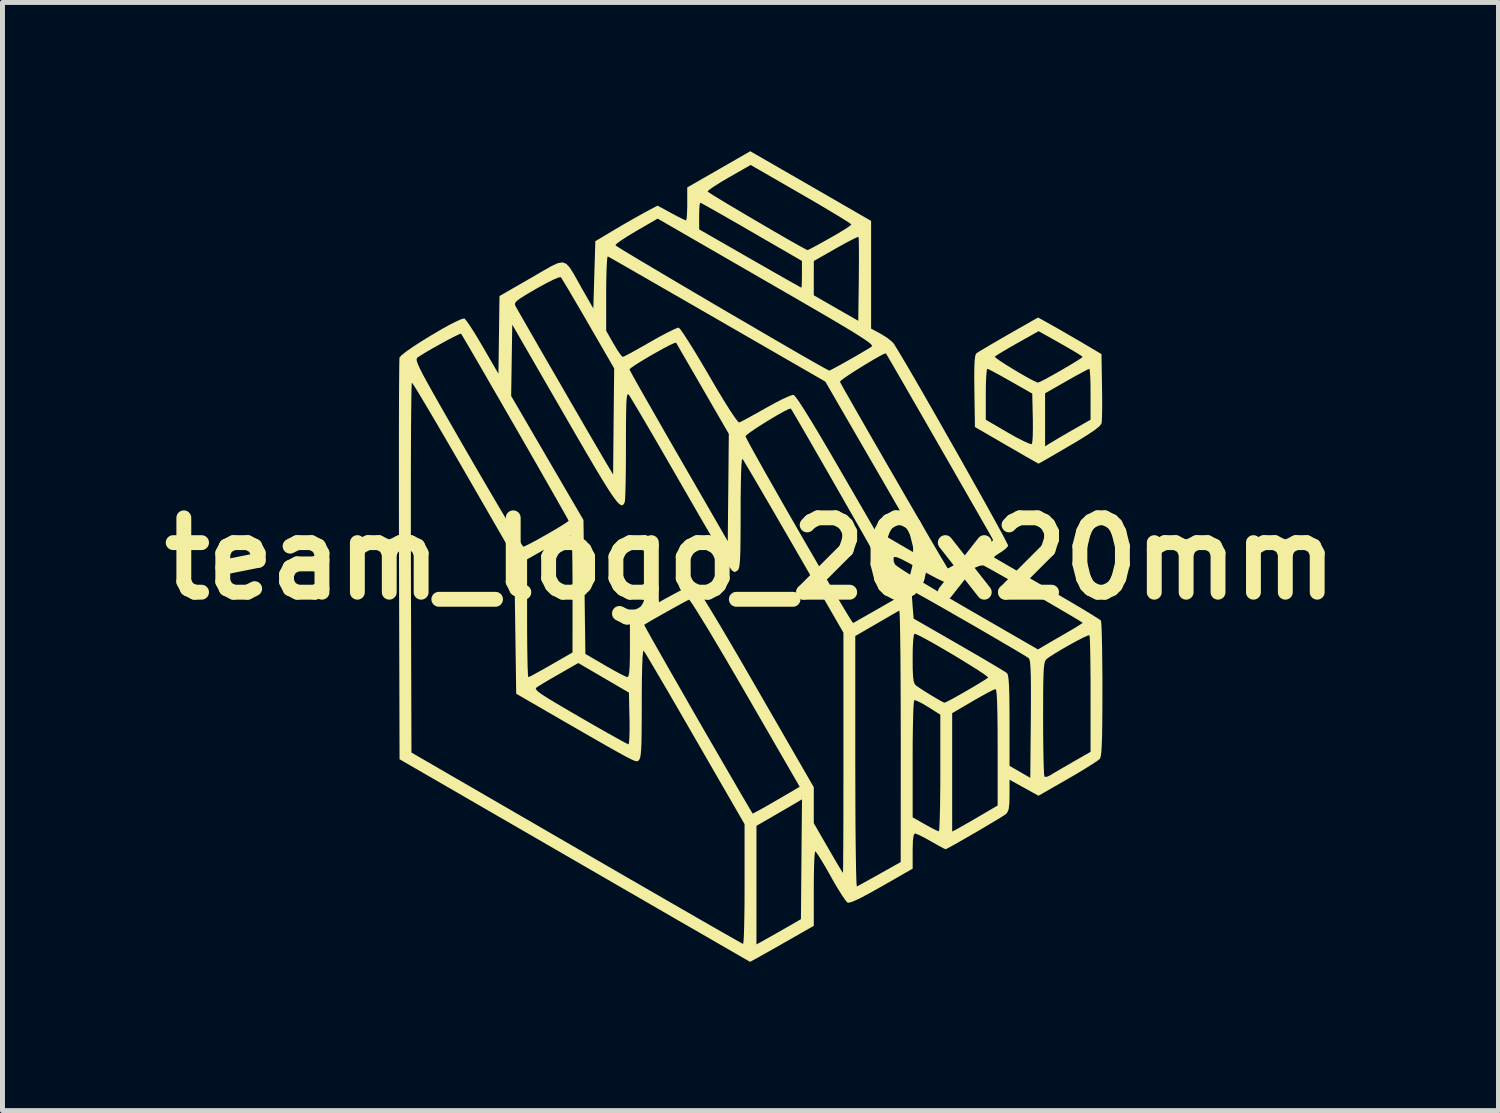
<source format=kicad_pcb>
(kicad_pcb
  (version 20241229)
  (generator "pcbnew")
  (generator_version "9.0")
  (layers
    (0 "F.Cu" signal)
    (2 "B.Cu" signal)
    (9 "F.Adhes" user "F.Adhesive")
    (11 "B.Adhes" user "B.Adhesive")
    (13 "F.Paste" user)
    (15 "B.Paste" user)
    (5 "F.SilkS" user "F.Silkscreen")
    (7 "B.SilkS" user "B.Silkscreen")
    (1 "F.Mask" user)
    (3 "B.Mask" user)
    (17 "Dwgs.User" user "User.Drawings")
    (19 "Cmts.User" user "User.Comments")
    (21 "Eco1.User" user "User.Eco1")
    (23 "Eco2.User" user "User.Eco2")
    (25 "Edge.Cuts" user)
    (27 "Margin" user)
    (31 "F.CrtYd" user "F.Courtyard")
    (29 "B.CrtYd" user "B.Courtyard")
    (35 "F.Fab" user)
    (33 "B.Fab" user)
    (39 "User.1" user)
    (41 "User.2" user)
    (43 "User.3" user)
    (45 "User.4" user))
  (footprint "team_logo_20x20mm"
    (layer "F.Cu")
    (at 12.086 8.215)
    (property "Reference" "team_logo_20x20mm" (at 0 0 0) (layer "F.SilkS") (effects (font (size 1.5 1.5) (thickness 0.3))))
    (attr board_only exclude_from_pos_files exclude_from_bom)
    (fp_poly (pts (xy 6.059 -4.717) (xy 6.21 -4.632) (xy 6.398 -4.523) (xy 6.596 -4.408) (xy 6.699 -4.348) (xy 7.078 -4.124) (xy 7.089 -3.468) (xy 7.092 -3.241) (xy 7.092 -3.037) (xy 7.089 -2.872) (xy 7.084 -2.761) (xy 7.079 -2.725) (xy 7.042 -2.673) (xy 6.948 -2.596) (xy 6.792 -2.491) (xy 6.571 -2.355) (xy 6.437 -2.277) (xy 6.239 -2.161) (xy 6.066 -2.06) (xy 5.929 -1.981) (xy 5.84 -1.931) (xy 5.809 -1.914) (xy 5.774 -1.933) (xy 5.681 -1.986) (xy 5.54 -2.066) (xy 5.364 -2.168) (xy 5.164 -2.283) (xy 4.526 -2.653) (xy 4.516 -3.314) (xy 4.745 -3.314) (xy 4.745 -2.8) (xy 5.194 -2.538) (xy 5.363 -2.443) (xy 5.508 -2.369) (xy 5.615 -2.321) (xy 5.67 -2.307) (xy 5.673 -2.308) (xy 5.684 -2.358) (xy 5.692 -2.471) (xy 5.695 -2.631) (xy 5.694 -2.821) (xy 5.693 -2.833) (xy 5.682 -3.327) (xy 5.672 -3.333) (xy 5.941 -3.333) (xy 5.941 -2.798) (xy 5.941 -2.264) (xy 6.031 -2.321) (xy 6.103 -2.364) (xy 6.224 -2.436) (xy 6.377 -2.525) (xy 6.49 -2.59) (xy 6.858 -2.801) (xy 6.858 -3.315) (xy 6.857 -3.506) (xy 6.852 -3.666) (xy 6.844 -3.777) (xy 6.835 -3.827) (xy 6.834 -3.828) (xy 6.791 -3.809) (xy 6.694 -3.758) (xy 6.556 -3.683) (xy 6.391 -3.59) (xy 6.375 -3.581) (xy 5.941 -3.333) (xy 5.672 -3.333) (xy 5.243 -3.577) (xy 5.075 -3.672) (xy 4.932 -3.75) (xy 4.828 -3.805) (xy 4.777 -3.827) (xy 4.775 -3.828) (xy 4.764 -3.79) (xy 4.755 -3.688) (xy 4.748 -3.536) (xy 4.745 -3.349) (xy 4.745 -3.314) (xy 4.516 -3.314) (xy 4.515 -3.374) (xy 4.512 -3.647) (xy 4.514 -3.85) (xy 4.52 -3.991) (xy 4.53 -4.071) (xy 4.927 -4.071) (xy 4.953 -4.043) (xy 5.033 -3.986) (xy 5.152 -3.909) (xy 5.294 -3.821) (xy 5.443 -3.733) (xy 5.584 -3.652) (xy 5.701 -3.59) (xy 5.779 -3.554) (xy 5.798 -3.549) (xy 5.845 -3.568) (xy 5.946 -3.619) (xy 6.086 -3.696) (xy 6.252 -3.79) (xy 6.266 -3.798) (xy 6.43 -3.894) (xy 6.565 -3.976) (xy 6.659 -4.036) (xy 6.697 -4.066) (xy 6.698 -4.067) (xy 6.665 -4.093) (xy 6.575 -4.15) (xy 6.442 -4.229) (xy 6.278 -4.323) (xy 6.253 -4.337) (xy 5.81 -4.586) (xy 5.377 -4.343) (xy 5.211 -4.248) (xy 5.071 -4.165) (xy 4.972 -4.104) (xy 4.928 -4.072) (xy 4.927 -4.071) (xy 4.53 -4.071) (xy 4.531 -4.082) (xy 4.548 -4.13) (xy 4.556 -4.139) (xy 4.607 -4.173) (xy 4.715 -4.238) (xy 4.867 -4.328) (xy 5.05 -4.434) (xy 5.204 -4.523) (xy 5.799 -4.862)) (stroke (width 0) (type solid)) (fill yes) (layer "F.SilkS"))
    (fp_poly (pts (xy 1.214 -7.513) (xy 2.432 -6.81) (xy 2.432 -5.724) (xy 2.432 -4.638) (xy 2.633 -4.529) (xy 2.755 -4.453) (xy 2.853 -4.375) (xy 2.89 -4.333) (xy 2.955 -4.229) (xy 3.05 -4.071) (xy 3.171 -3.867) (xy 3.313 -3.623) (xy 3.472 -3.348) (xy 3.644 -3.048) (xy 3.825 -2.731) (xy 4.01 -2.405) (xy 4.196 -2.078) (xy 4.378 -1.755) (xy 4.552 -1.445) (xy 4.714 -1.156) (xy 4.859 -0.894) (xy 4.984 -0.667) (xy 5.084 -0.483) (xy 5.154 -0.349) (xy 5.192 -0.272) (xy 5.197 -0.257) (xy 5.152 -0.203) (xy 5.064 -0.137) (xy 5.036 -0.12) (xy 4.952 -0.066) (xy 4.91 -0.03) (xy 4.909 -0.024) (xy 4.946 -0.002) (xy 5.044 0.055) (xy 5.194 0.142) (xy 5.387 0.254) (xy 5.615 0.386) (xy 5.87 0.533) (xy 5.981 0.597) (xy 6.245 0.75) (xy 6.487 0.892) (xy 6.699 1.018) (xy 6.87 1.122) (xy 6.993 1.199) (xy 7.059 1.243) (xy 7.067 1.251) (xy 7.074 1.3) (xy 7.081 1.42) (xy 7.086 1.6) (xy 7.091 1.83) (xy 7.094 2.102) (xy 7.097 2.406) (xy 7.097 2.634) (xy 7.096 3.023) (xy 7.094 3.339) (xy 7.09 3.587) (xy 7.083 3.775) (xy 7.075 3.907) (xy 7.063 3.992) (xy 7.049 4.034) (xy 7.048 4.036) (xy 6.998 4.077) (xy 6.891 4.148) (xy 6.739 4.243) (xy 6.556 4.353) (xy 6.403 4.442) (xy 5.808 4.783) (xy 5.516 4.622) (xy 5.224 4.46) (xy 5.224 4.776) (xy 5.22 4.947) (xy 5.206 5.056) (xy 5.179 5.122) (xy 5.154 5.151) (xy 5.101 5.187) (xy 4.996 5.252) (xy 4.852 5.338) (xy 4.685 5.438) (xy 4.506 5.542) (xy 4.33 5.644) (xy 4.171 5.735) (xy 4.043 5.806) (xy 3.959 5.851) (xy 3.933 5.862) (xy 3.892 5.843) (xy 3.801 5.794) (xy 3.675 5.723) (xy 3.638 5.702) (xy 3.503 5.627) (xy 3.391 5.571) (xy 3.323 5.544) (xy 3.316 5.543) (xy 3.291 5.579) (xy 3.275 5.688) (xy 3.27 5.874) (xy 3.27 5.898) (xy 3.27 6.254) (xy 2.643 6.613) (xy 2.391 6.754) (xy 2.2 6.855) (xy 2.066 6.916) (xy 1.984 6.941) (xy 1.955 6.938) (xy 1.915 6.892) (xy 1.845 6.79) (xy 1.754 6.645) (xy 1.652 6.47) (xy 1.615 6.404) (xy 1.514 6.225) (xy 1.424 6.075) (xy 1.355 5.965) (xy 1.313 5.908) (xy 1.306 5.902) (xy 1.297 5.94) (xy 1.288 6.045) (xy 1.282 6.205) (xy 1.278 6.408) (xy 1.276 6.642) (xy 1.276 6.654) (xy 1.276 7.407) (xy 0.638 7.771) (xy 0.436 7.886) (xy 0.259 7.985) (xy 0.118 8.064) (xy 0.025 8.115) (xy -0.01 8.132) (xy -0.045 8.112) (xy -0.145 8.055) (xy -0.304 7.963) (xy -0.519 7.839) (xy -0.784 7.686) (xy -1.096 7.506) (xy -1.449 7.303) (xy -1.839 7.077) (xy -2.261 6.833) (xy -2.711 6.573) (xy -3.184 6.299) (xy -3.549 6.088) (xy -7.078 4.047) (xy -7.089 0.04) (xy -7.09 -0.521) (xy -7.091 -0.99) (xy -6.85 -0.99) (xy -6.85 -0.481) (xy -6.849 0.051) (xy -6.849 0.182) (xy -6.838 3.912) (xy -3.509 5.84) (xy -3.035 6.114) (xy -2.581 6.377) (xy -2.151 6.625) (xy -1.751 6.856) (xy -1.384 7.068) (xy -1.055 7.257) (xy -0.77 7.421) (xy -0.533 7.556) (xy -0.348 7.661) (xy -0.221 7.733) (xy -0.157 7.769) (xy -0.15 7.772) (xy -0.142 7.735) (xy -0.135 7.627) (xy -0.129 7.459) (xy -0.125 7.241) (xy -0.121 6.981) (xy -0.12 6.69) (xy -0.12 6.566) (xy -0.12 5.39) (xy 0.12 5.39) (xy 0.12 6.586) (xy 0.12 7.782) (xy 0.389 7.632) (xy 0.55 7.541) (xy 0.712 7.449) (xy 0.837 7.377) (xy 1.017 7.272) (xy 1.027 6.064) (xy 1.038 4.856) (xy 0.888 4.945) (xy 0.782 5.007) (xy 0.635 5.092) (xy 0.473 5.186) (xy 0.429 5.212) (xy 0.12 5.39) (xy -0.12 5.39) (xy -0.12 5.356) (xy -1.119 3.625) (xy -1.315 3.285) (xy -1.5 2.965) (xy -1.67 2.673) (xy -1.821 2.415) (xy -1.949 2.198) (xy -2.049 2.029) (xy -2.119 1.913) (xy -2.153 1.859) (xy -2.155 1.856) (xy -2.167 1.883) (xy -2.177 1.985) (xy -2.184 2.159) (xy -2.19 2.401) (xy -2.193 2.707) (xy -2.193 2.918) (xy -2.194 3.25) (xy -2.196 3.511) (xy -2.199 3.71) (xy -2.206 3.855) (xy -2.215 3.955) (xy -2.227 4.019) (xy -2.243 4.056) (xy -2.253 4.068) (xy -2.267 4.079) (xy -2.281 4.087) (xy -2.302 4.088) (xy -2.335 4.079) (xy -2.386 4.058) (xy -2.461 4.021) (xy -2.565 3.966) (xy -2.704 3.889) (xy -2.883 3.788) (xy -3.109 3.659) (xy -3.387 3.499) (xy -3.722 3.306) (xy -4.12 3.076) (xy -4.147 3.06) (xy -4.725 2.726) (xy -4.727 2.62) (xy -4.331 2.62) (xy -4.32 2.647) (xy -4.28 2.687) (xy -4.202 2.743) (xy -4.081 2.821) (xy -3.909 2.924) (xy -3.68 3.059) (xy -3.439 3.199) (xy -3.19 3.343) (xy -2.963 3.472) (xy -2.767 3.582) (xy -2.612 3.669) (xy -2.508 3.725) (xy -2.462 3.747) (xy -2.461 3.747) (xy -2.45 3.71) (xy -2.443 3.608) (xy -2.439 3.456) (xy -2.44 3.268) (xy -2.441 3.226) (xy -2.452 2.703) (xy -2.963 2.405) (xy -3.473 2.107) (xy -3.861 2.329) (xy -4.025 2.423) (xy -4.168 2.508) (xy -4.273 2.572) (xy -4.318 2.601) (xy -4.331 2.62) (xy -4.727 2.62) (xy -4.745 1.353) (xy -4.764 0.016) (xy -4.506 0.016) (xy -4.506 1.204) (xy -4.505 1.503) (xy -4.503 1.774) (xy -4.499 2.008) (xy -4.495 2.195) (xy -4.489 2.325) (xy -4.483 2.388) (xy -4.481 2.392) (xy -4.439 2.374) (xy -4.342 2.322) (xy -4.204 2.246) (xy -4.039 2.152) (xy -4.023 2.143) (xy -3.59 1.894) (xy -3.589 0.708) (xy -3.59 0.409) (xy -3.592 0.139) (xy -3.595 -0.095) (xy -3.6 -0.281) (xy -3.605 -0.411) (xy -3.611 -0.474) (xy -3.613 -0.478) (xy -3.656 -0.46) (xy -3.753 -0.409) (xy -3.891 -0.333) (xy -4.056 -0.24) (xy -4.072 -0.231) (xy -4.506 0.016) (xy -4.764 0.016) (xy -4.765 -0.02) (xy -5.782 -1.783) (xy -5.98 -2.125) (xy -6.166 -2.445) (xy -6.337 -2.737) (xy -6.488 -2.994) (xy -6.617 -3.21) (xy -6.718 -3.378) (xy -6.789 -3.491) (xy -6.825 -3.544) (xy -6.829 -3.547) (xy -6.833 -3.509) (xy -6.837 -3.396) (xy -6.84 -3.214) (xy -6.843 -2.969) (xy -6.846 -2.666) (xy -6.848 -2.312) (xy -6.849 -1.91) (xy -6.85 -1.468) (xy -6.85 -0.99) (xy -7.091 -0.99) (xy -7.091 -1.059) (xy -7.091 -1.57) (xy -7.091 -2.049) (xy -7.091 -2.49) (xy -7.09 -2.888) (xy -7.089 -3.236) (xy -7.087 -3.53) (xy -7.085 -3.764) (xy -7.083 -3.933) (xy -7.081 -4.015) (xy -6.734 -4.015) (xy -6.728 -3.977) (xy -6.707 -3.918) (xy -6.669 -3.834) (xy -6.611 -3.719) (xy -6.529 -3.568) (xy -6.421 -3.374) (xy -6.285 -3.133) (xy -6.117 -2.839) (xy -5.914 -2.486) (xy -5.703 -2.12) (xy -5.498 -1.767) (xy -5.304 -1.435) (xy -5.126 -1.131) (xy -4.966 -0.861) (xy -4.829 -0.632) (xy -4.718 -0.45) (xy -4.638 -0.32) (xy -4.59 -0.25) (xy -4.58 -0.239) (xy -4.534 -0.258) (xy -4.432 -0.309) (xy -4.291 -0.385) (xy -4.124 -0.479) (xy -4.107 -0.488) (xy -3.941 -0.585) (xy -3.804 -0.668) (xy -3.709 -0.729) (xy -3.669 -0.761) (xy -3.669 -0.763) (xy -3.688 -0.8) (xy -3.743 -0.899) (xy -3.829 -1.051) (xy -3.941 -1.249) (xy -4.076 -1.485) (xy -4.228 -1.752) (xy -4.394 -2.042) (xy -4.569 -2.347) (xy -4.749 -2.66) (xy -4.929 -2.972) (xy -5.104 -3.276) (xy -5.106 -3.279) (xy -4.827 -3.279) (xy -4.098 -2.028) (xy -3.369 -0.778) (xy -3.349 0.573) (xy -3.33 1.923) (xy -2.931 2.156) (xy -2.769 2.248) (xy -2.629 2.324) (xy -2.528 2.374) (xy -2.482 2.391) (xy -2.462 2.371) (xy -2.447 2.304) (xy -2.438 2.181) (xy -2.433 1.994) (xy -2.432 1.817) (xy -2.432 1.336) (xy -2.144 1.336) (xy -2.127 1.371) (xy -2.074 1.467) (xy -1.99 1.618) (xy -1.878 1.815) (xy -1.744 2.052) (xy -1.591 2.32) (xy -1.423 2.612) (xy -1.246 2.922) (xy -1.063 3.241) (xy -0.878 3.562) (xy -0.695 3.877) (xy -0.52 4.18) (xy -0.356 4.462) (xy -0.208 4.717) (xy -0.174 4.775) (xy 0.043 5.144) (xy 0.151 5.088) (xy 0.231 5.044) (xy 0.359 4.971) (xy 0.515 4.881) (xy 0.626 4.817) (xy 0.992 4.602) (xy -0.101 2.71) (xy -0.307 2.355) (xy -0.501 2.023) (xy -0.681 1.719) (xy -0.842 1.449) (xy -0.982 1.22) (xy -1.095 1.038) (xy -1.178 0.909) (xy -1.228 0.84) (xy -1.24 0.829) (xy -1.285 0.851) (xy -1.382 0.903) (xy -1.516 0.976) (xy -1.668 1.061) (xy -1.823 1.148) (xy -1.964 1.228) (xy -2.075 1.293) (xy -2.138 1.331) (xy -2.144 1.336) (xy -2.432 1.336) (xy -2.432 1.242) (xy -2.323 1.166) (xy -2.217 1.098) (xy -2.072 1.01) (xy -1.9 0.911) (xy -1.718 0.809) (xy -1.538 0.711) (xy -1.377 0.626) (xy -1.248 0.56) (xy -1.165 0.524) (xy -1.145 0.518) (xy -1.111 0.553) (xy -1.04 0.655) (xy -0.933 0.823) (xy -0.791 1.054) (xy -0.615 1.347) (xy -0.407 1.699) (xy -0.168 2.108) (xy 0.096 2.565) (xy 1.276 4.611) (xy 1.276 4.973) (xy 1.276 5.336) (xy 1.565 5.837) (xy 1.668 6.015) (xy 1.756 6.165) (xy 1.822 6.275) (xy 1.859 6.333) (xy 1.864 6.339) (xy 1.866 6.301) (xy 1.868 6.189) (xy 1.869 6.012) (xy 1.871 5.775) (xy 1.872 5.486) (xy 1.873 5.151) (xy 1.873 4.778) (xy 1.874 4.373) (xy 1.874 3.942) (xy 1.874 3.917) (xy 1.874 1.562) (xy 2.113 1.562) (xy 2.113 4.094) (xy 2.114 4.535) (xy 2.115 4.951) (xy 2.117 5.335) (xy 2.12 5.682) (xy 2.124 5.984) (xy 2.128 6.234) (xy 2.133 6.426) (xy 2.138 6.554) (xy 2.144 6.61) (xy 2.145 6.613) (xy 2.19 6.589) (xy 2.29 6.534) (xy 2.431 6.456) (xy 2.597 6.364) (xy 2.603 6.36) (xy 3.029 6.121) (xy 3.03 4.047) (xy 3.27 4.047) (xy 3.27 5.219) (xy 3.519 5.36) (xy 3.645 5.43) (xy 3.745 5.48) (xy 3.796 5.502) (xy 3.798 5.502) (xy 3.806 5.464) (xy 3.812 5.356) (xy 3.818 5.188) (xy 3.823 4.969) (xy 3.826 4.711) (xy 3.828 4.421) (xy 3.828 4.325) (xy 3.828 3.148) (xy 3.78 3.118) (xy 4.067 3.118) (xy 4.067 4.312) (xy 4.067 5.505) (xy 4.157 5.459) (xy 4.228 5.419) (xy 4.349 5.35) (xy 4.501 5.263) (xy 4.615 5.196) (xy 4.984 4.98) (xy 4.984 3.806) (xy 4.983 3.427) (xy 4.979 3.125) (xy 4.973 2.897) (xy 4.965 2.741) (xy 4.953 2.654) (xy 4.941 2.632) (xy 4.892 2.651) (xy 4.789 2.703) (xy 4.648 2.78) (xy 4.483 2.874) (xy 4.483 2.875) (xy 4.067 3.118) (xy 3.78 3.118) (xy 3.581 2.992) (xy 3.457 2.919) (xy 3.358 2.87) (xy 3.305 2.855) (xy 3.302 2.856) (xy 3.294 2.899) (xy 3.286 3.012) (xy 3.28 3.185) (xy 3.275 3.407) (xy 3.271 3.669) (xy 3.27 3.96) (xy 3.27 4.047) (xy 3.03 4.047) (xy 3.03 3.576) (xy 3.029 3.135) (xy 3.028 2.718) (xy 3.026 2.332) (xy 3.024 2.009) (xy 3.27 2.009) (xy 3.271 2.223) (xy 3.278 2.372) (xy 3.29 2.469) (xy 3.31 2.527) (xy 3.335 2.557) (xy 3.398 2.602) (xy 3.501 2.669) (xy 3.624 2.746) (xy 3.747 2.819) (xy 3.848 2.877) (xy 3.907 2.906) (xy 3.912 2.907) (xy 3.953 2.89) (xy 4.05 2.84) (xy 4.186 2.765) (xy 4.346 2.673) (xy 4.51 2.578) (xy 4.649 2.494) (xy 4.748 2.432) (xy 4.792 2.401) (xy 4.768 2.374) (xy 4.687 2.315) (xy 4.559 2.231) (xy 4.397 2.13) (xy 4.214 2.017) (xy 4.02 1.901) (xy 3.828 1.789) (xy 3.65 1.687) (xy 3.497 1.603) (xy 3.381 1.544) (xy 3.315 1.516) (xy 3.308 1.515) (xy 3.292 1.553) (xy 3.28 1.658) (xy 3.272 1.818) (xy 3.27 2.009) (xy 3.024 2.009) (xy 3.024 1.985) (xy 3.02 1.682) (xy 3.016 1.431) (xy 3.012 1.237) (xy 3.007 1.109) (xy 3.002 1.051) (xy 3.001 1.049) (xy 2.956 1.074) (xy 2.857 1.131) (xy 2.718 1.212) (xy 2.553 1.307) (xy 2.542 1.314) (xy 2.113 1.562) (xy 1.874 1.562) (xy 1.874 1.495) (xy 0.874 -0.24) (xy 0.677 -0.58) (xy 0.492 -0.9) (xy 0.322 -1.192) (xy 0.171 -1.451) (xy 0.044 -1.668) (xy -0.057 -1.838) (xy -0.126 -1.954) (xy -0.16 -2.009) (xy -0.163 -2.012) (xy -0.174 -1.985) (xy -0.183 -1.884) (xy -0.19 -1.716) (xy -0.195 -1.486) (xy -0.199 -1.2) (xy -0.199 -0.93) (xy -0.2 -0.597) (xy -0.202 -0.336) (xy -0.205 -0.136) (xy -0.211 0.011) (xy -0.219 0.113) (xy -0.23 0.181) (xy -0.246 0.221) (xy -0.264 0.243) (xy -0.319 0.273) (xy -0.37 0.243) (xy -0.394 0.215) (xy -0.427 0.165) (xy -0.495 0.053) (xy -0.594 -0.114) (xy -0.721 -0.33) (xy -0.87 -0.586) (xy -1.039 -0.876) (xy -1.222 -1.194) (xy -1.416 -1.531) (xy -1.432 -1.558) (xy -1.626 -1.895) (xy -1.81 -2.213) (xy -1.978 -2.503) (xy -2.128 -2.759) (xy -2.255 -2.975) (xy -2.355 -3.142) (xy -2.423 -3.255) (xy -2.457 -3.307) (xy -2.458 -3.308) (xy -2.474 -3.315) (xy -2.487 -3.293) (xy -2.497 -3.233) (xy -2.504 -3.128) (xy -2.508 -2.97) (xy -2.511 -2.752) (xy -2.512 -2.465) (xy -2.512 -2.285) (xy -2.513 -1.996) (xy -2.515 -1.732) (xy -2.519 -1.503) (xy -2.524 -1.321) (xy -2.53 -1.196) (xy -2.536 -1.14) (xy -2.536 -1.14) (xy -2.556 -1.099) (xy -2.58 -1.076) (xy -2.611 -1.077) (xy -2.652 -1.105) (xy -2.707 -1.165) (xy -2.779 -1.263) (xy -2.872 -1.402) (xy -2.987 -1.587) (xy -3.129 -1.823) (xy -3.3 -2.114) (xy -3.504 -2.465) (xy -3.745 -2.881) (xy -3.754 -2.897) (xy -4.805 -4.718) (xy -4.816 -3.999) (xy -4.827 -3.279) (xy -5.106 -3.279) (xy -5.271 -3.564) (xy -5.424 -3.83) (xy -5.56 -4.064) (xy -5.674 -4.26) (xy -5.762 -4.409) (xy -5.818 -4.504) (xy -5.839 -4.537) (xy -5.877 -4.524) (xy -5.968 -4.48) (xy -6.096 -4.414) (xy -6.244 -4.333) (xy -6.397 -4.248) (xy -6.539 -4.166) (xy -6.653 -4.096) (xy -6.716 -4.055) (xy -6.729 -4.039) (xy -6.734 -4.015) (xy -7.081 -4.015) (xy -7.081 -4.031) (xy -7.079 -4.053) (xy -7.039 -4.1) (xy -6.943 -4.176) (xy -6.805 -4.272) (xy -6.637 -4.381) (xy -6.453 -4.494) (xy -6.267 -4.604) (xy -6.093 -4.702) (xy -5.943 -4.779) (xy -5.831 -4.829) (xy -5.771 -4.843) (xy -5.77 -4.842) (xy -5.733 -4.802) (xy -5.665 -4.705) (xy -5.574 -4.564) (xy -5.468 -4.389) (xy -5.401 -4.275) (xy -5.084 -3.728) (xy -5.073 -4.512) (xy -5.065 -5.123) (xy -4.751 -5.123) (xy -4.738 -5.089) (xy -4.704 -5.029) (xy -4.636 -4.91) (xy -4.538 -4.739) (xy -4.416 -4.526) (xy -4.275 -4.281) (xy -4.12 -4.012) (xy -3.956 -3.729) (xy -3.789 -3.44) (xy -3.624 -3.154) (xy -3.466 -2.881) (xy -3.32 -2.629) (xy -3.192 -2.409) (xy -3.086 -2.228) (xy -3.008 -2.095) (xy -2.996 -2.073) (xy -2.771 -1.695) (xy -2.761 -2.765) (xy -2.75 -3.814) (xy -2.441 -3.814) (xy -2.421 -3.775) (xy -2.366 -3.673) (xy -2.277 -3.515) (xy -2.161 -3.309) (xy -2.019 -3.061) (xy -1.857 -2.777) (xy -1.678 -2.464) (xy -1.485 -2.129) (xy -1.449 -2.067) (xy -0.459 -0.351) (xy -0.448 -1.432) (xy -0.438 -2.467) (xy -0.1 -2.467) (xy -0.081 -2.423) (xy -0.026 -2.318) (xy 0.06 -2.161) (xy 0.172 -1.96) (xy 0.306 -1.72) (xy 0.459 -1.452) (xy 0.624 -1.161) (xy 0.799 -0.856) (xy 0.978 -0.544) (xy 1.157 -0.234) (xy 1.333 0.068) (xy 1.499 0.354) (xy 1.653 0.616) (xy 1.789 0.846) (xy 1.903 1.037) (xy 1.991 1.182) (xy 2.048 1.271) (xy 2.071 1.299) (xy 2.112 1.276) (xy 2.209 1.221) (xy 2.347 1.142) (xy 2.513 1.048) (xy 2.532 1.037) (xy 2.699 0.941) (xy 2.839 0.861) (xy 2.938 0.803) (xy 2.983 0.775) (xy 2.985 0.775) (xy 2.967 0.74) (xy 2.917 0.648) (xy 3.251 0.648) (xy 3.251 0.69) (xy 3.257 0.789) (xy 3.267 0.927) (xy 3.267 0.935) (xy 3.29 1.211) (xy 4.207 1.738) (xy 4.454 1.881) (xy 4.68 2.012) (xy 4.874 2.127) (xy 5.028 2.219) (xy 5.131 2.282) (xy 5.174 2.311) (xy 5.191 2.349) (xy 5.204 2.433) (xy 5.214 2.57) (xy 5.22 2.767) (xy 5.223 3.032) (xy 5.224 3.268) (xy 5.224 4.18) (xy 5.433 4.301) (xy 5.642 4.422) (xy 5.653 3.24) (xy 5.653 3.229) (xy 5.901 3.229) (xy 5.902 3.524) (xy 5.905 3.792) (xy 5.909 4.023) (xy 5.914 4.208) (xy 5.92 4.336) (xy 5.927 4.396) (xy 5.928 4.4) (xy 5.978 4.401) (xy 6.038 4.374) (xy 6.106 4.332) (xy 6.225 4.262) (xy 6.376 4.175) (xy 6.49 4.109) (xy 6.858 3.898) (xy 6.858 2.733) (xy 6.858 2.436) (xy 6.855 2.166) (xy 6.852 1.931) (xy 6.848 1.744) (xy 6.843 1.613) (xy 6.837 1.55) (xy 6.835 1.545) (xy 6.795 1.555) (xy 6.702 1.598) (xy 6.574 1.664) (xy 6.426 1.745) (xy 6.275 1.832) (xy 6.137 1.915) (xy 6.027 1.985) (xy 5.971 2.027) (xy 5.951 2.05) (xy 5.935 2.087) (xy 5.923 2.146) (xy 5.914 2.237) (xy 5.908 2.369) (xy 5.904 2.55) (xy 5.902 2.79) (xy 5.901 3.097) (xy 5.901 3.229) (xy 5.653 3.229) (xy 5.655 2.882) (xy 5.655 2.596) (xy 5.653 2.376) (xy 5.647 2.215) (xy 5.639 2.104) (xy 5.627 2.038) (xy 5.613 2.011) (xy 5.569 1.981) (xy 5.467 1.919) (xy 5.317 1.829) (xy 5.128 1.719) (xy 4.911 1.592) (xy 4.675 1.454) (xy 4.429 1.312) (xy 4.183 1.171) (xy 3.947 1.035) (xy 3.731 0.912) (xy 3.543 0.806) (xy 3.394 0.723) (xy 3.294 0.668) (xy 3.252 0.648) (xy 3.251 0.648) (xy 2.917 0.648) (xy 2.914 0.644) (xy 2.831 0.494) (xy 2.72 0.297) (xy 2.587 0.062) (xy 2.541 -0.018) (xy 2.885 -0.018) (xy 2.888 0.059) (xy 2.916 0.121) (xy 2.962 0.158) (xy 3.069 0.23) (xy 3.23 0.331) (xy 3.438 0.459) (xy 3.684 0.607) (xy 3.962 0.771) (xy 4.262 0.946) (xy 4.384 1.017) (xy 5.798 1.833) (xy 5.939 1.749) (xy 6.04 1.69) (xy 6.184 1.606) (xy 6.344 1.514) (xy 6.39 1.487) (xy 6.527 1.407) (xy 6.632 1.342) (xy 6.692 1.303) (xy 6.699 1.296) (xy 6.666 1.273) (xy 6.574 1.217) (xy 6.434 1.134) (xy 6.257 1.03) (xy 6.052 0.91) (xy 5.83 0.781) (xy 5.602 0.649) (xy 5.378 0.521) (xy 5.169 0.401) (xy 4.985 0.297) (xy 4.838 0.214) (xy 4.736 0.159) (xy 4.694 0.137) (xy 4.623 0.145) (xy 4.498 0.195) (xy 4.329 0.284) (xy 4.309 0.295) (xy 4.163 0.376) (xy 4.038 0.439) (xy 3.953 0.474) (xy 3.933 0.478) (xy 3.879 0.459) (xy 3.77 0.407) (xy 3.622 0.329) (xy 3.447 0.232) (xy 3.391 0.201) (xy 3.191 0.088) (xy 3.049 0.014) (xy 2.957 -0.025) (xy 2.905 -0.034) (xy 2.885 -0.018) (xy 2.541 -0.018) (xy 2.436 -0.203) (xy 2.272 -0.493) (xy 2.098 -0.797) (xy 1.919 -1.11) (xy 1.74 -1.423) (xy 1.565 -1.729) (xy 1.398 -2.02) (xy 1.244 -2.288) (xy 1.106 -2.527) (xy 0.99 -2.727) (xy 0.899 -2.882) (xy 0.839 -2.984) (xy 0.813 -3.025) (xy 0.774 -3.016) (xy 0.683 -2.972) (xy 0.556 -2.902) (xy 0.409 -2.815) (xy 0.257 -2.722) (xy 0.115 -2.631) (xy -0.002 -2.551) (xy -0.078 -2.493) (xy -0.1 -2.467) (xy -0.438 -2.467) (xy -0.437 -2.513) (xy -0.961 -3.42) (xy -1.102 -3.664) (xy -1.23 -3.885) (xy -1.339 -4.074) (xy -1.425 -4.222) (xy -1.48 -4.318) (xy -1.501 -4.354) (xy -1.539 -4.346) (xy -1.629 -4.304) (xy -1.756 -4.238) (xy -1.905 -4.155) (xy -2.061 -4.066) (xy -2.207 -3.978) (xy -2.33 -3.901) (xy -2.413 -3.843) (xy -2.441 -3.814) (xy -2.75 -3.814) (xy -2.75 -3.836) (xy -3.272 -4.739) (xy -3.413 -4.983) (xy -3.543 -5.204) (xy -3.654 -5.394) (xy -3.743 -5.542) (xy -3.802 -5.639) (xy -3.826 -5.676) (xy -3.871 -5.669) (xy -3.97 -5.628) (xy -4.11 -5.558) (xy -4.278 -5.466) (xy -4.321 -5.442) (xy -4.507 -5.333) (xy -4.633 -5.255) (xy -4.71 -5.199) (xy -4.746 -5.158) (xy -4.751 -5.123) (xy -5.065 -5.123) (xy -5.062 -5.295) (xy -4.419 -5.665) (xy -4.188 -5.8) (xy -4.015 -5.898) (xy -3.888 -5.957) (xy -3.793 -5.974) (xy -3.716 -5.945) (xy -3.645 -5.869) (xy -3.566 -5.743) (xy -3.465 -5.563) (xy -3.405 -5.455) (xy -3.17 -5.044) (xy -3.161 -5.351) (xy -2.911 -5.351) (xy -2.911 -4.594) (xy -2.761 -4.331) (xy -2.685 -4.205) (xy -2.621 -4.112) (xy -2.58 -4.069) (xy -2.577 -4.068) (xy -2.531 -4.086) (xy -2.43 -4.139) (xy -2.287 -4.218) (xy -2.113 -4.316) (xy -2.023 -4.368) (xy -1.837 -4.473) (xy -1.673 -4.56) (xy -1.544 -4.623) (xy -1.464 -4.655) (xy -1.447 -4.657) (xy -1.413 -4.621) (xy -1.345 -4.524) (xy -1.249 -4.376) (xy -1.13 -4.185) (xy -0.995 -3.961) (xy -0.849 -3.713) (xy -0.835 -3.688) (xy -0.674 -3.414) (xy -0.531 -3.177) (xy -0.411 -2.986) (xy -0.317 -2.846) (xy -0.255 -2.764) (xy -0.23 -2.744) (xy -0.178 -2.768) (xy -0.072 -2.824) (xy 0.075 -2.905) (xy 0.25 -3.003) (xy 0.309 -3.036) (xy 0.49 -3.136) (xy 0.652 -3.219) (xy 0.778 -3.276) (xy 0.855 -3.302) (xy 0.867 -3.302) (xy 0.906 -3.264) (xy 0.982 -3.159) (xy 1.091 -2.99) (xy 1.234 -2.76) (xy 1.406 -2.473) (xy 1.607 -2.131) (xy 1.721 -1.935) (xy 2.506 -0.581) (xy 2.997 -0.294) (xy 3.205 -0.173) (xy 3.354 -0.089) (xy 3.453 -0.036) (xy 3.512 -0.011) (xy 3.541 -0.007) (xy 3.549 -0.021) (xy 3.549 -0.022) (xy 3.529 -0.06) (xy 3.474 -0.16) (xy 3.386 -0.316) (xy 3.269 -0.521) (xy 3.127 -0.769) (xy 2.963 -1.053) (xy 2.783 -1.367) (xy 2.588 -1.704) (xy 2.529 -1.806) (xy 1.51 -3.567) (xy 1.803 -3.567) (xy 1.825 -3.525) (xy 1.881 -3.423) (xy 1.969 -3.269) (xy 2.083 -3.068) (xy 2.219 -2.831) (xy 2.372 -2.563) (xy 2.539 -2.273) (xy 2.715 -1.968) (xy 2.895 -1.657) (xy 3.074 -1.346) (xy 3.25 -1.043) (xy 3.416 -0.757) (xy 3.569 -0.493) (xy 3.704 -0.262) (xy 3.817 -0.069) (xy 3.904 0.077) (xy 3.959 0.169) (xy 3.979 0.199) (xy 4.016 0.181) (xy 4.108 0.129) (xy 4.244 0.053) (xy 4.409 -0.041) (xy 4.45 -0.065) (xy 4.656 -0.188) (xy 4.8 -0.284) (xy 4.877 -0.351) (xy 4.89 -0.38) (xy 4.868 -0.42) (xy 4.811 -0.522) (xy 4.722 -0.677) (xy 4.608 -0.878) (xy 4.471 -1.116) (xy 4.317 -1.385) (xy 4.15 -1.676) (xy 3.975 -1.982) (xy 3.795 -2.295) (xy 3.616 -2.607) (xy 3.441 -2.911) (xy 3.276 -3.197) (xy 3.125 -3.46) (xy 2.992 -3.691) (xy 2.881 -3.882) (xy 2.798 -4.025) (xy 2.746 -4.113) (xy 2.731 -4.138) (xy 2.693 -4.128) (xy 2.603 -4.082) (xy 2.478 -4.011) (xy 2.331 -3.923) (xy 2.177 -3.829) (xy 2.033 -3.737) (xy 1.912 -3.656) (xy 1.831 -3.596) (xy 1.803 -3.567) (xy 1.51 -3.567) (xy 1.509 -3.569) (xy -0.669 -4.825) (xy -1.051 -5.045) (xy -1.412 -5.253) (xy -1.748 -5.446) (xy -2.051 -5.621) (xy -2.316 -5.773) (xy -2.537 -5.9) (xy -2.708 -5.998) (xy -2.823 -6.063) (xy -2.876 -6.093) (xy -2.879 -6.094) (xy -2.889 -6.061) (xy -2.897 -5.959) (xy -2.904 -5.802) (xy -2.909 -5.601) (xy -2.911 -5.368) (xy -2.911 -5.351) (xy -3.161 -5.351) (xy -3.15 -5.722) (xy -3.132 -6.32) (xy -2.726 -6.32) (xy -2.692 -6.296) (xy -2.597 -6.236) (xy -2.447 -6.145) (xy -2.249 -6.026) (xy -2.01 -5.884) (xy -1.739 -5.723) (xy -1.441 -5.547) (xy -1.124 -5.36) (xy -0.795 -5.166) (xy -0.461 -4.97) (xy -0.129 -4.777) (xy 0.193 -4.589) (xy 0.498 -4.411) (xy 0.78 -4.247) (xy 1.031 -4.102) (xy 1.245 -3.98) (xy 1.413 -3.885) (xy 1.529 -3.821) (xy 1.585 -3.792) (xy 1.589 -3.79) (xy 1.627 -3.808) (xy 1.72 -3.857) (xy 1.853 -3.93) (xy 1.989 -4.007) (xy 2.153 -4.1) (xy 2.295 -4.184) (xy 2.4 -4.247) (xy 2.444 -4.276) (xy 2.451 -4.29) (xy 2.438 -4.313) (xy 2.402 -4.347) (xy 2.337 -4.396) (xy 2.239 -4.461) (xy 2.104 -4.547) (xy 1.926 -4.655) (xy 1.701 -4.789) (xy 1.424 -4.951) (xy 1.092 -5.144) (xy 0.806 -5.31) (xy 1.276 -5.31) (xy 1.725 -5.052) (xy 2.173 -4.795) (xy 2.184 -5.633) (xy 2.186 -5.883) (xy 2.187 -6.105) (xy 2.186 -6.287) (xy 2.184 -6.417) (xy 2.179 -6.483) (xy 2.178 -6.488) (xy 2.139 -6.476) (xy 2.045 -6.43) (xy 1.909 -6.359) (xy 1.744 -6.267) (xy 1.719 -6.253) (xy 1.277 -6.001) (xy 1.276 -5.656) (xy 1.276 -5.31) (xy 0.806 -5.31) (xy 0.698 -5.372) (xy 0.319 -5.591) (xy -1.873 -6.856) (xy -2.301 -6.608) (xy -2.464 -6.51) (xy -2.598 -6.424) (xy -2.69 -6.358) (xy -2.726 -6.321) (xy -2.726 -6.32) (xy -3.132 -6.32) (xy -3.13 -6.4) (xy -2.758 -6.623) (xy -2.571 -6.733) (xy -2.376 -6.845) (xy -2.203 -6.942) (xy -2.131 -6.982) (xy -1.874 -7.118) (xy -1.599 -6.968) (xy -1.467 -6.898) (xy -1.362 -6.845) (xy -1.305 -6.82) (xy -1.3 -6.819) (xy -1.289 -6.855) (xy -1.284 -6.911) (xy -1.036 -6.911) (xy -1.036 -6.908) (xy -1.035 -6.639) (xy -0.01 -6.051) (xy 0.249 -5.903) (xy 0.485 -5.768) (xy 0.689 -5.652) (xy 0.852 -5.56) (xy 0.966 -5.496) (xy 1.022 -5.465) (xy 1.027 -5.463) (xy 1.032 -5.499) (xy 1.035 -5.595) (xy 1.037 -5.729) (xy 1.037 -5.733) (xy 1.037 -6.003) (xy 0.022 -6.59) (xy -0.235 -6.739) (xy -0.471 -6.874) (xy -0.674 -6.99) (xy -0.838 -7.082) (xy -0.953 -7.146) (xy -1.01 -7.176) (xy -1.014 -7.177) (xy -1.025 -7.141) (xy -1.033 -7.045) (xy -1.036 -6.911) (xy -1.284 -6.911) (xy -1.281 -6.953) (xy -1.276 -7.094) (xy -1.276 -7.152) (xy -1.276 -7.403) (xy -0.865 -7.403) (xy -0.83 -7.377) (xy -0.737 -7.318) (xy -0.595 -7.231) (xy -0.416 -7.123) (xy -0.209 -7.001) (xy 0.014 -6.869) (xy 0.243 -6.735) (xy 0.467 -6.604) (xy 0.676 -6.483) (xy 0.86 -6.378) (xy 1.008 -6.295) (xy 1.108 -6.241) (xy 1.152 -6.22) (xy 1.152 -6.22) (xy 1.191 -6.239) (xy 1.286 -6.289) (xy 1.423 -6.364) (xy 1.587 -6.455) (xy 1.601 -6.463) (xy 1.766 -6.558) (xy 1.902 -6.641) (xy 1.995 -6.703) (xy 2.033 -6.736) (xy 2.034 -6.738) (xy 2 -6.765) (xy 1.906 -6.826) (xy 1.76 -6.916) (xy 1.57 -7.03) (xy 1.346 -7.163) (xy 1.094 -7.309) (xy 1.018 -7.353) (xy 0.003 -7.938) (xy -0.437 -7.687) (xy -0.602 -7.59) (xy -0.736 -7.505) (xy -0.829 -7.441) (xy -0.865 -7.405) (xy -0.865 -7.403) (xy -1.276 -7.403) (xy -1.276 -7.485) (xy -0.64 -7.85) (xy -0.005 -8.215)) (stroke (width 0) (type solid)) (fill yes) (layer "F.SilkS")))
  (gr_rect
    (start -3 -3)
    (end 27.171 19.348)
    (stroke (width 0.1) (type default))
    (fill no)
    (layer "Edge.Cuts")))
</source>
